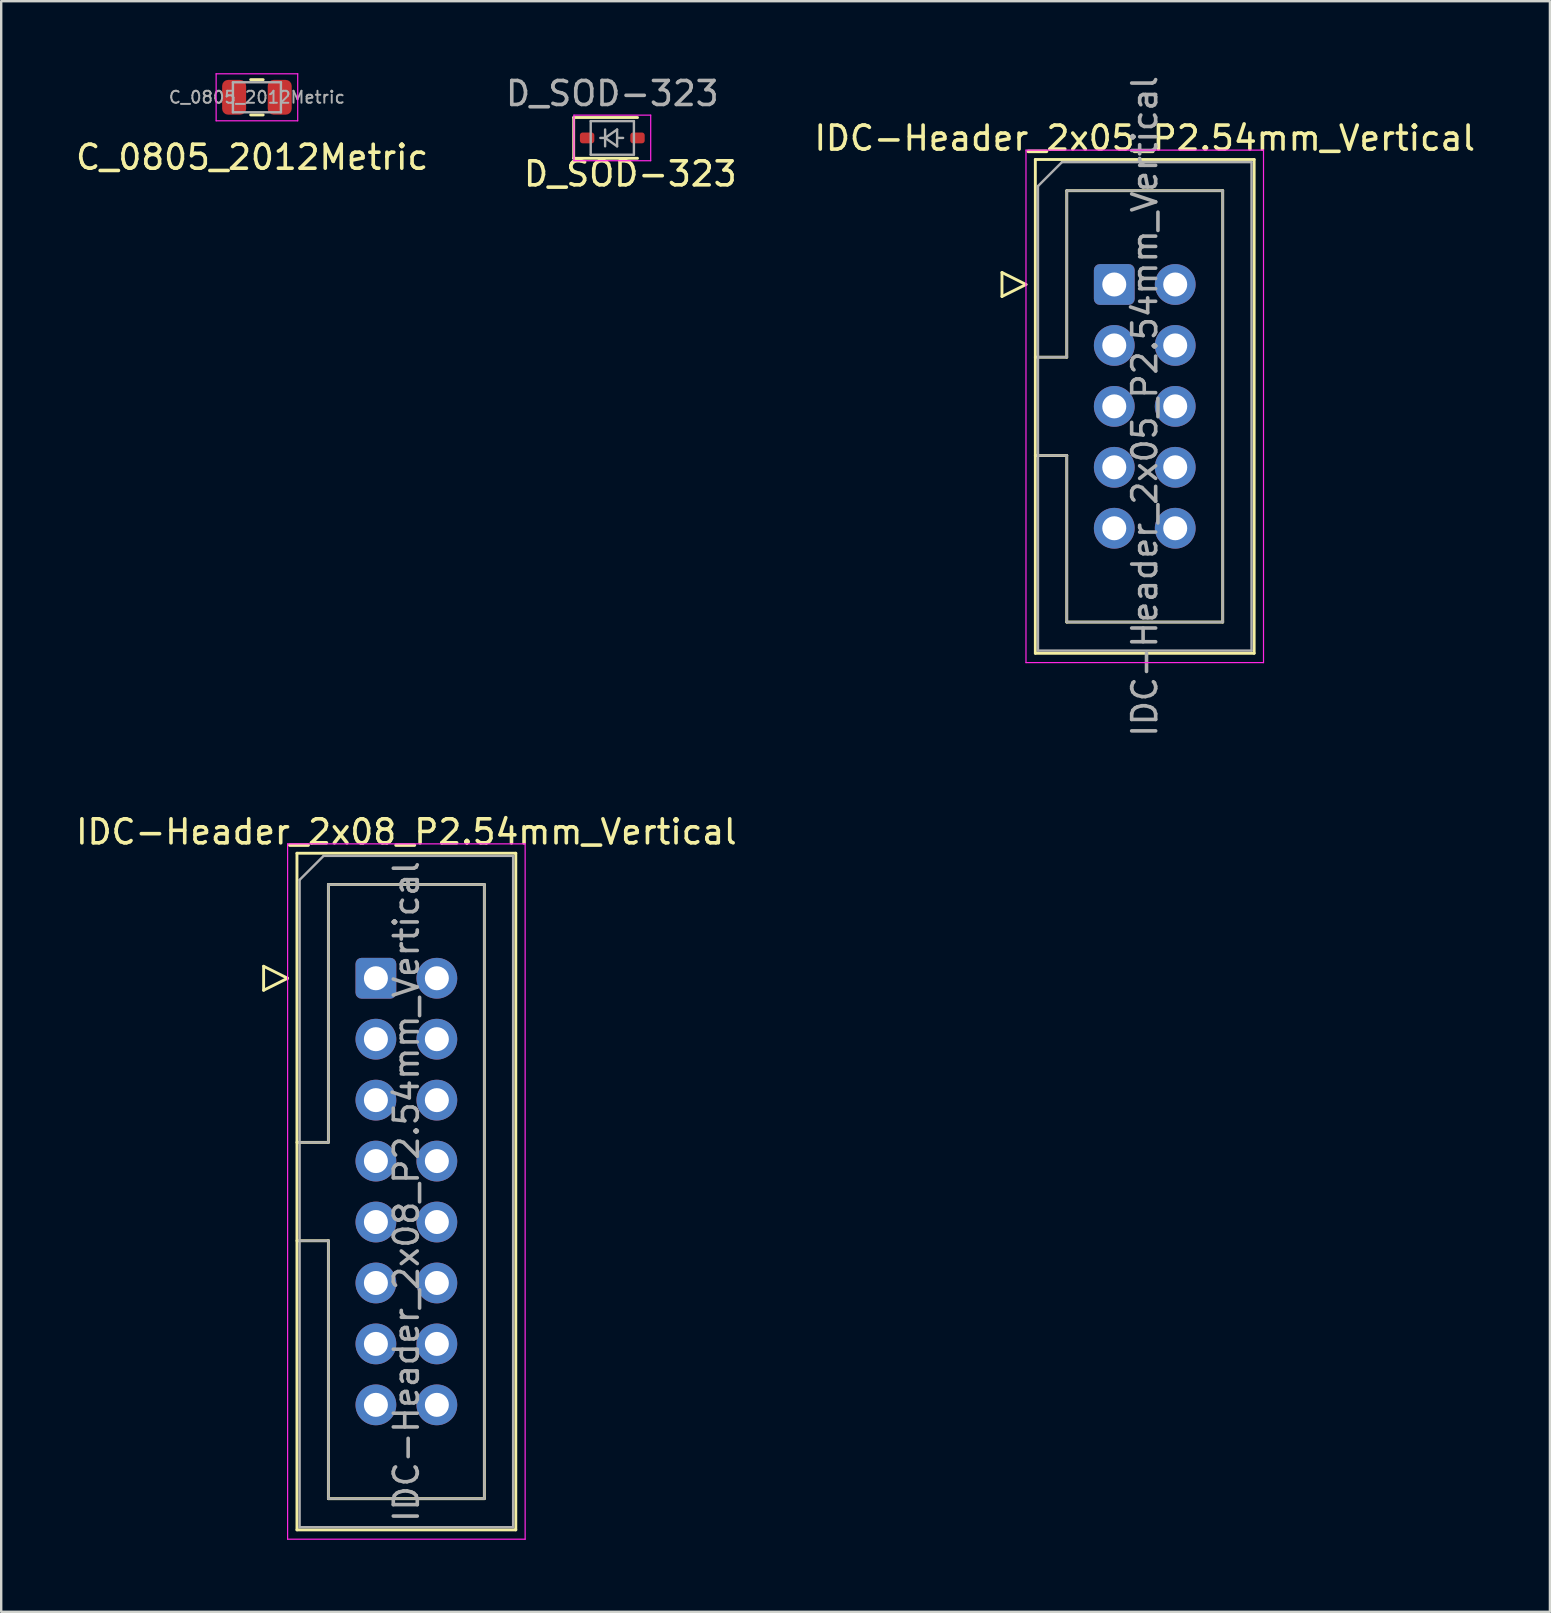
<source format=kicad_pcb>
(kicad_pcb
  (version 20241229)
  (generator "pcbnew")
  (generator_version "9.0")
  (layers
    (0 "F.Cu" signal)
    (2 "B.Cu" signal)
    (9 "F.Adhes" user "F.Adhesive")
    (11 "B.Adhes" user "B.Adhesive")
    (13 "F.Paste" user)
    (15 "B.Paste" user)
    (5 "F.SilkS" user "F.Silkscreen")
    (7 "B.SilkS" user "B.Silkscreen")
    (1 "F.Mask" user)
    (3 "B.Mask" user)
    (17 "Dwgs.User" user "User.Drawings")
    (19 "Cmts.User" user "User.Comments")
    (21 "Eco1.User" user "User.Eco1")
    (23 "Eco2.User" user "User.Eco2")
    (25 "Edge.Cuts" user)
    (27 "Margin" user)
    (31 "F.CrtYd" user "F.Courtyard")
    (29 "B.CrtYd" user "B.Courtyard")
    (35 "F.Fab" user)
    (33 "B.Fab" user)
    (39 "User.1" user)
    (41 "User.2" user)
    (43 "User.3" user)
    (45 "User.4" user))
  (footprint "D_SOD-323"
    (layer "F.Cu")
    (at 22.47 2.698)
    (property "Reference" "D_SOD-323" (at 0.75 1.5 180) (layer "F.SilkS") (effects (font (size 1 1) (thickness 0.15))))
    (attr smd)
    (fp_line (start -1.61 -0.85) (end -1.61 0.85) (stroke (width 0.12) (type solid)) (layer "F.SilkS"))
    (fp_line (start -1.61 -0.85) (end 1.05 -0.85) (stroke (width 0.12) (type solid)) (layer "F.SilkS"))
    (fp_line (start -1.61 0.85) (end 1.05 0.85) (stroke (width 0.12) (type solid)) (layer "F.SilkS"))
    (fp_line (start -1.6 -0.95) (end -1.6 0.95) (stroke (width 0.05) (type solid)) (layer "F.CrtYd"))
    (fp_line (start -1.6 -0.95) (end 1.6 -0.95) (stroke (width 0.05) (type solid)) (layer "F.CrtYd"))
    (fp_line (start -1.6 0.95) (end 1.6 0.95) (stroke (width 0.05) (type solid)) (layer "F.CrtYd"))
    (fp_line (start 1.6 -0.95) (end 1.6 0.95) (stroke (width 0.05) (type solid)) (layer "F.CrtYd"))
    (fp_line (start -0.9 -0.7) (end 0.9 -0.7) (stroke (width 0.1) (type solid)) (layer "F.Fab"))
    (fp_line (start -0.9 0.7) (end -0.9 -0.7) (stroke (width 0.1) (type solid)) (layer "F.Fab"))
    (fp_line (start -0.3 -0.35) (end -0.3 0.35) (stroke (width 0.1) (type solid)) (layer "F.Fab"))
    (fp_line (start -0.3 0) (end -0.5 0) (stroke (width 0.1) (type solid)) (layer "F.Fab"))
    (fp_line (start -0.3 0) (end 0.2 -0.35) (stroke (width 0.1) (type solid)) (layer "F.Fab"))
    (fp_line (start 0.2 -0.35) (end 0.2 0.35) (stroke (width 0.1) (type solid)) (layer "F.Fab"))
    (fp_line (start 0.2 0) (end 0.45 0) (stroke (width 0.1) (type solid)) (layer "F.Fab"))
    (fp_line (start 0.2 0.35) (end -0.3 0) (stroke (width 0.1) (type solid)) (layer "F.Fab"))
    (fp_line (start 0.9 -0.7) (end 0.9 0.7) (stroke (width 0.1) (type solid)) (layer "F.Fab"))
    (fp_line (start 0.9 0.7) (end -0.9 0.7) (stroke (width 0.1) (type solid)) (layer "F.Fab"))
    (fp_text user "${REFERENCE}" (at 0 -1.85 180) (layer "F.Fab") (effects (font (size 1 1) (thickness 0.15))))
    (pad "1" smd roundrect (at -1.05 0) (size 0.6 0.45) (layers "F.Cu" "F.Mask" "F.Paste") (roundrect_rratio 0.25))
    (pad "2" smd roundrect (at 1.05 0) (size 0.6 0.45) (layers "F.Cu" "F.Mask" "F.Paste") (roundrect_rratio 0.25)))
  (footprint "C_0805_2012Metric"
    (layer "F.Cu")
    (at 7.658 1.005)
    (property "Reference" "C_0805_2012Metric" (at -0.2 2.5 0) (layer "F.SilkS") (effects (font (size 1 1) (thickness 0.15))))
    (attr smd)
    (fp_line (start -0.261 -0.735) (end 0.261 -0.735) (stroke (width 0.12) (type solid)) (layer "F.SilkS"))
    (fp_line (start -0.261 0.735) (end 0.261 0.735) (stroke (width 0.12) (type solid)) (layer "F.SilkS"))
    (fp_line (start -1.7 -0.98) (end 1.7 -0.98) (stroke (width 0.05) (type solid)) (layer "F.CrtYd"))
    (fp_line (start -1.7 0.98) (end -1.7 -0.98) (stroke (width 0.05) (type solid)) (layer "F.CrtYd"))
    (fp_line (start 1.7 -0.98) (end 1.7 0.98) (stroke (width 0.05) (type solid)) (layer "F.CrtYd"))
    (fp_line (start 1.7 0.98) (end -1.7 0.98) (stroke (width 0.05) (type solid)) (layer "F.CrtYd"))
    (fp_line (start -1 -0.625) (end 1 -0.625) (stroke (width 0.1) (type solid)) (layer "F.Fab"))
    (fp_line (start -1 0.625) (end -1 -0.625) (stroke (width 0.1) (type solid)) (layer "F.Fab"))
    (fp_line (start 1 -0.625) (end 1 0.625) (stroke (width 0.1) (type solid)) (layer "F.Fab"))
    (fp_line (start 1 0.625) (end -1 0.625) (stroke (width 0.1) (type solid)) (layer "F.Fab"))
    (fp_text user "${REFERENCE}" (at 0 0 0) (layer "F.Fab") (effects (font (size 0.5 0.5) (thickness 0.08))))
    (pad "1" smd roundrect (at -0.95 0) (size 1 1.45) (layers "F.Cu" "F.Mask" "F.Paste") (roundrect_rratio 0.25))
    (pad "2" smd roundrect (at 0.95 0) (size 1 1.45) (layers "F.Cu" "F.Mask" "F.Paste") (roundrect_rratio 0.25)))
  (footprint "IDC-Header_2x05_P2.54mm_Vertical"
    (layer "F.Cu")
    (at 43.391 8.807)
    (property "Reference" "IDC-Header_2x05_P2.54mm_Vertical" (at 1.27 -6.1 0) (layer "F.SilkS") (effects (font (size 1 1) (thickness 0.15))))
    (attr through_hole)
    (fp_line (start -4.68 -0.5) (end -4.68 0.5) (stroke (width 0.12) (type solid)) (layer "F.SilkS"))
    (fp_line (start -4.68 0.5) (end -3.68 0) (stroke (width 0.12) (type solid)) (layer "F.SilkS"))
    (fp_line (start -3.68 0) (end -4.68 -0.5) (stroke (width 0.12) (type solid)) (layer "F.SilkS"))
    (fp_line (start -3.29 -5.21) (end 5.83 -5.21) (stroke (width 0.12) (type solid)) (layer "F.SilkS"))
    (fp_line (start -3.29 3.03) (end -1.98 3.03) (stroke (width 0.12) (type solid)) (layer "F.SilkS"))
    (fp_line (start -3.29 15.37) (end -3.29 -5.21) (stroke (width 0.12) (type solid)) (layer "F.SilkS"))
    (fp_line (start -1.98 -3.91) (end 4.52 -3.91) (stroke (width 0.12) (type solid)) (layer "F.SilkS"))
    (fp_line (start -1.98 3.03) (end -1.98 -3.91) (stroke (width 0.12) (type solid)) (layer "F.SilkS"))
    (fp_line (start -1.98 7.13) (end -3.29 7.13) (stroke (width 0.12) (type solid)) (layer "F.SilkS"))
    (fp_line (start -1.98 7.13) (end -1.98 7.13) (stroke (width 0.12) (type solid)) (layer "F.SilkS"))
    (fp_line (start -1.98 14.07) (end -1.98 7.13) (stroke (width 0.12) (type solid)) (layer "F.SilkS"))
    (fp_line (start 4.52 -3.91) (end 4.52 14.07) (stroke (width 0.12) (type solid)) (layer "F.SilkS"))
    (fp_line (start 4.52 14.07) (end -1.98 14.07) (stroke (width 0.12) (type solid)) (layer "F.SilkS"))
    (fp_line (start 5.83 -5.21) (end 5.83 15.37) (stroke (width 0.12) (type solid)) (layer "F.SilkS"))
    (fp_line (start 5.83 15.37) (end -3.29 15.37) (stroke (width 0.12) (type solid)) (layer "F.SilkS"))
    (fp_line (start -3.68 -5.6) (end -3.68 15.76) (stroke (width 0.05) (type solid)) (layer "F.CrtYd"))
    (fp_line (start -3.68 15.76) (end 6.22 15.76) (stroke (width 0.05) (type solid)) (layer "F.CrtYd"))
    (fp_line (start 6.22 -5.6) (end -3.68 -5.6) (stroke (width 0.05) (type solid)) (layer "F.CrtYd"))
    (fp_line (start 6.22 15.76) (end 6.22 -5.6) (stroke (width 0.05) (type solid)) (layer "F.CrtYd"))
    (fp_line (start -3.18 -4.1) (end -2.18 -5.1) (stroke (width 0.1) (type solid)) (layer "F.Fab"))
    (fp_line (start -3.18 3.03) (end -1.98 3.03) (stroke (width 0.1) (type solid)) (layer "F.Fab"))
    (fp_line (start -3.18 15.26) (end -3.18 -4.1) (stroke (width 0.1) (type solid)) (layer "F.Fab"))
    (fp_line (start -2.18 -5.1) (end 5.72 -5.1) (stroke (width 0.1) (type solid)) (layer "F.Fab"))
    (fp_line (start -1.98 -3.91) (end 4.52 -3.91) (stroke (width 0.1) (type solid)) (layer "F.Fab"))
    (fp_line (start -1.98 3.03) (end -1.98 -3.91) (stroke (width 0.1) (type solid)) (layer "F.Fab"))
    (fp_line (start -1.98 7.13) (end -3.18 7.13) (stroke (width 0.1) (type solid)) (layer "F.Fab"))
    (fp_line (start -1.98 7.13) (end -1.98 7.13) (stroke (width 0.1) (type solid)) (layer "F.Fab"))
    (fp_line (start -1.98 14.07) (end -1.98 7.13) (stroke (width 0.1) (type solid)) (layer "F.Fab"))
    (fp_line (start 4.52 -3.91) (end 4.52 14.07) (stroke (width 0.1) (type solid)) (layer "F.Fab"))
    (fp_line (start 4.52 14.07) (end -1.98 14.07) (stroke (width 0.1) (type solid)) (layer "F.Fab"))
    (fp_line (start 5.72 -5.1) (end 5.72 15.26) (stroke (width 0.1) (type solid)) (layer "F.Fab"))
    (fp_line (start 5.72 15.26) (end -3.18 15.26) (stroke (width 0.1) (type solid)) (layer "F.Fab"))
    (fp_text user "${REFERENCE}" (at 1.27 5.08 90) (layer "F.Fab") (effects (font (size 1 1) (thickness 0.15))))
    (pad "1" thru_hole roundrect (at 0 0) (size 1.7 1.7) (drill 1) (layers "*.Cu" "*.Mask") (roundrect_rratio 0.147))
    (pad "2" thru_hole circle (at 2.54 0) (size 1.7 1.7) (drill 1) (layers "*.Cu" "*.Mask"))
    (pad "3" thru_hole circle (at 0 2.54) (size 1.7 1.7) (drill 1) (layers "*.Cu" "*.Mask"))
    (pad "4" thru_hole circle (at 2.54 2.54) (size 1.7 1.7) (drill 1) (layers "*.Cu" "*.Mask"))
    (pad "5" thru_hole circle (at 0 5.08) (size 1.7 1.7) (drill 1) (layers "*.Cu" "*.Mask"))
    (pad "6" thru_hole circle (at 2.54 5.08) (size 1.7 1.7) (drill 1) (layers "*.Cu" "*.Mask"))
    (pad "7" thru_hole circle (at 0 7.62) (size 1.7 1.7) (drill 1) (layers "*.Cu" "*.Mask"))
    (pad "8" thru_hole circle (at 2.54 7.62) (size 1.7 1.7) (drill 1) (layers "*.Cu" "*.Mask"))
    (pad "9" thru_hole circle (at 0 10.16) (size 1.7 1.7) (drill 1) (layers "*.Cu" "*.Mask"))
    (pad "10" thru_hole circle (at 2.54 10.16) (size 1.7 1.7) (drill 1) (layers "*.Cu" "*.Mask")))
  (footprint "IDC-Header_2x08_P2.54mm_Vertical"
    (layer "F.Cu")
    (at 12.617 37.722)
    (property "Reference" "IDC-Header_2x08_P2.54mm_Vertical" (at 1.27 -6.1 0) (layer "F.SilkS") (effects (font (size 1 1) (thickness 0.15))))
    (attr through_hole)
    (fp_line (start -4.68 -0.5) (end -4.68 0.5) (stroke (width 0.12) (type solid)) (layer "F.SilkS"))
    (fp_line (start -4.68 0.5) (end -3.68 0) (stroke (width 0.12) (type solid)) (layer "F.SilkS"))
    (fp_line (start -3.68 0) (end -4.68 -0.5) (stroke (width 0.12) (type solid)) (layer "F.SilkS"))
    (fp_line (start -3.29 -5.21) (end 5.83 -5.21) (stroke (width 0.12) (type solid)) (layer "F.SilkS"))
    (fp_line (start -3.29 6.84) (end -1.98 6.84) (stroke (width 0.12) (type solid)) (layer "F.SilkS"))
    (fp_line (start -3.29 22.99) (end -3.29 -5.21) (stroke (width 0.12) (type solid)) (layer "F.SilkS"))
    (fp_line (start -1.98 -3.91) (end 4.52 -3.91) (stroke (width 0.12) (type solid)) (layer "F.SilkS"))
    (fp_line (start -1.98 6.84) (end -1.98 -3.91) (stroke (width 0.12) (type solid)) (layer "F.SilkS"))
    (fp_line (start -1.98 10.94) (end -3.29 10.94) (stroke (width 0.12) (type solid)) (layer "F.SilkS"))
    (fp_line (start -1.98 10.94) (end -1.98 10.94) (stroke (width 0.12) (type solid)) (layer "F.SilkS"))
    (fp_line (start -1.98 21.69) (end -1.98 10.94) (stroke (width 0.12) (type solid)) (layer "F.SilkS"))
    (fp_line (start 4.52 -3.91) (end 4.52 21.69) (stroke (width 0.12) (type solid)) (layer "F.SilkS"))
    (fp_line (start 4.52 21.69) (end -1.98 21.69) (stroke (width 0.12) (type solid)) (layer "F.SilkS"))
    (fp_line (start 5.83 -5.21) (end 5.83 22.99) (stroke (width 0.12) (type solid)) (layer "F.SilkS"))
    (fp_line (start 5.83 22.99) (end -3.29 22.99) (stroke (width 0.12) (type solid)) (layer "F.SilkS"))
    (fp_line (start -3.68 -5.6) (end -3.68 23.38) (stroke (width 0.05) (type solid)) (layer "F.CrtYd"))
    (fp_line (start -3.68 23.38) (end 6.22 23.38) (stroke (width 0.05) (type solid)) (layer "F.CrtYd"))
    (fp_line (start 6.22 -5.6) (end -3.68 -5.6) (stroke (width 0.05) (type solid)) (layer "F.CrtYd"))
    (fp_line (start 6.22 23.38) (end 6.22 -5.6) (stroke (width 0.05) (type solid)) (layer "F.CrtYd"))
    (fp_line (start -3.18 -4.1) (end -2.18 -5.1) (stroke (width 0.1) (type solid)) (layer "F.Fab"))
    (fp_line (start -3.18 6.84) (end -1.98 6.84) (stroke (width 0.1) (type solid)) (layer "F.Fab"))
    (fp_line (start -3.18 22.88) (end -3.18 -4.1) (stroke (width 0.1) (type solid)) (layer "F.Fab"))
    (fp_line (start -2.18 -5.1) (end 5.72 -5.1) (stroke (width 0.1) (type solid)) (layer "F.Fab"))
    (fp_line (start -1.98 -3.91) (end 4.52 -3.91) (stroke (width 0.1) (type solid)) (layer "F.Fab"))
    (fp_line (start -1.98 6.84) (end -1.98 -3.91) (stroke (width 0.1) (type solid)) (layer "F.Fab"))
    (fp_line (start -1.98 10.94) (end -3.18 10.94) (stroke (width 0.1) (type solid)) (layer "F.Fab"))
    (fp_line (start -1.98 10.94) (end -1.98 10.94) (stroke (width 0.1) (type solid)) (layer "F.Fab"))
    (fp_line (start -1.98 21.69) (end -1.98 10.94) (stroke (width 0.1) (type solid)) (layer "F.Fab"))
    (fp_line (start 4.52 -3.91) (end 4.52 21.69) (stroke (width 0.1) (type solid)) (layer "F.Fab"))
    (fp_line (start 4.52 21.69) (end -1.98 21.69) (stroke (width 0.1) (type solid)) (layer "F.Fab"))
    (fp_line (start 5.72 -5.1) (end 5.72 22.88) (stroke (width 0.1) (type solid)) (layer "F.Fab"))
    (fp_line (start 5.72 22.88) (end -3.18 22.88) (stroke (width 0.1) (type solid)) (layer "F.Fab"))
    (fp_text user "${REFERENCE}" (at 1.27 8.89 90) (layer "F.Fab") (effects (font (size 1 1) (thickness 0.15))))
    (pad "1" thru_hole roundrect (at 0 0) (size 1.7 1.7) (drill 1) (layers "*.Cu" "*.Mask") (roundrect_rratio 0.147))
    (pad "2" thru_hole circle (at 2.54 0) (size 1.7 1.7) (drill 1) (layers "*.Cu" "*.Mask"))
    (pad "3" thru_hole circle (at 0 2.54) (size 1.7 1.7) (drill 1) (layers "*.Cu" "*.Mask"))
    (pad "4" thru_hole circle (at 2.54 2.54) (size 1.7 1.7) (drill 1) (layers "*.Cu" "*.Mask"))
    (pad "5" thru_hole circle (at 0 5.08) (size 1.7 1.7) (drill 1) (layers "*.Cu" "*.Mask"))
    (pad "6" thru_hole circle (at 2.54 5.08) (size 1.7 1.7) (drill 1) (layers "*.Cu" "*.Mask"))
    (pad "7" thru_hole circle (at 0 7.62) (size 1.7 1.7) (drill 1) (layers "*.Cu" "*.Mask"))
    (pad "8" thru_hole circle (at 2.54 7.62) (size 1.7 1.7) (drill 1) (layers "*.Cu" "*.Mask"))
    (pad "9" thru_hole circle (at 0 10.16) (size 1.7 1.7) (drill 1) (layers "*.Cu" "*.Mask"))
    (pad "10" thru_hole circle (at 2.54 10.16) (size 1.7 1.7) (drill 1) (layers "*.Cu" "*.Mask"))
    (pad "11" thru_hole circle (at 0 12.7) (size 1.7 1.7) (drill 1) (layers "*.Cu" "*.Mask"))
    (pad "12" thru_hole circle (at 2.54 12.7) (size 1.7 1.7) (drill 1) (layers "*.Cu" "*.Mask"))
    (pad "13" thru_hole circle (at 0 15.24) (size 1.7 1.7) (drill 1) (layers "*.Cu" "*.Mask"))
    (pad "14" thru_hole circle (at 2.54 15.24) (size 1.7 1.7) (drill 1) (layers "*.Cu" "*.Mask"))
    (pad "15" thru_hole circle (at 0 17.78) (size 1.7 1.7) (drill 1) (layers "*.Cu" "*.Mask"))
    (pad "16" thru_hole circle (at 2.54 17.78) (size 1.7 1.7) (drill 1) (layers "*.Cu" "*.Mask")))
  (gr_rect
    (start -3 -3)
    (end 61.548 64.127)
    (stroke (width 0.1) (type default))
    (fill no)
    (layer "Edge.Cuts")))
</source>
